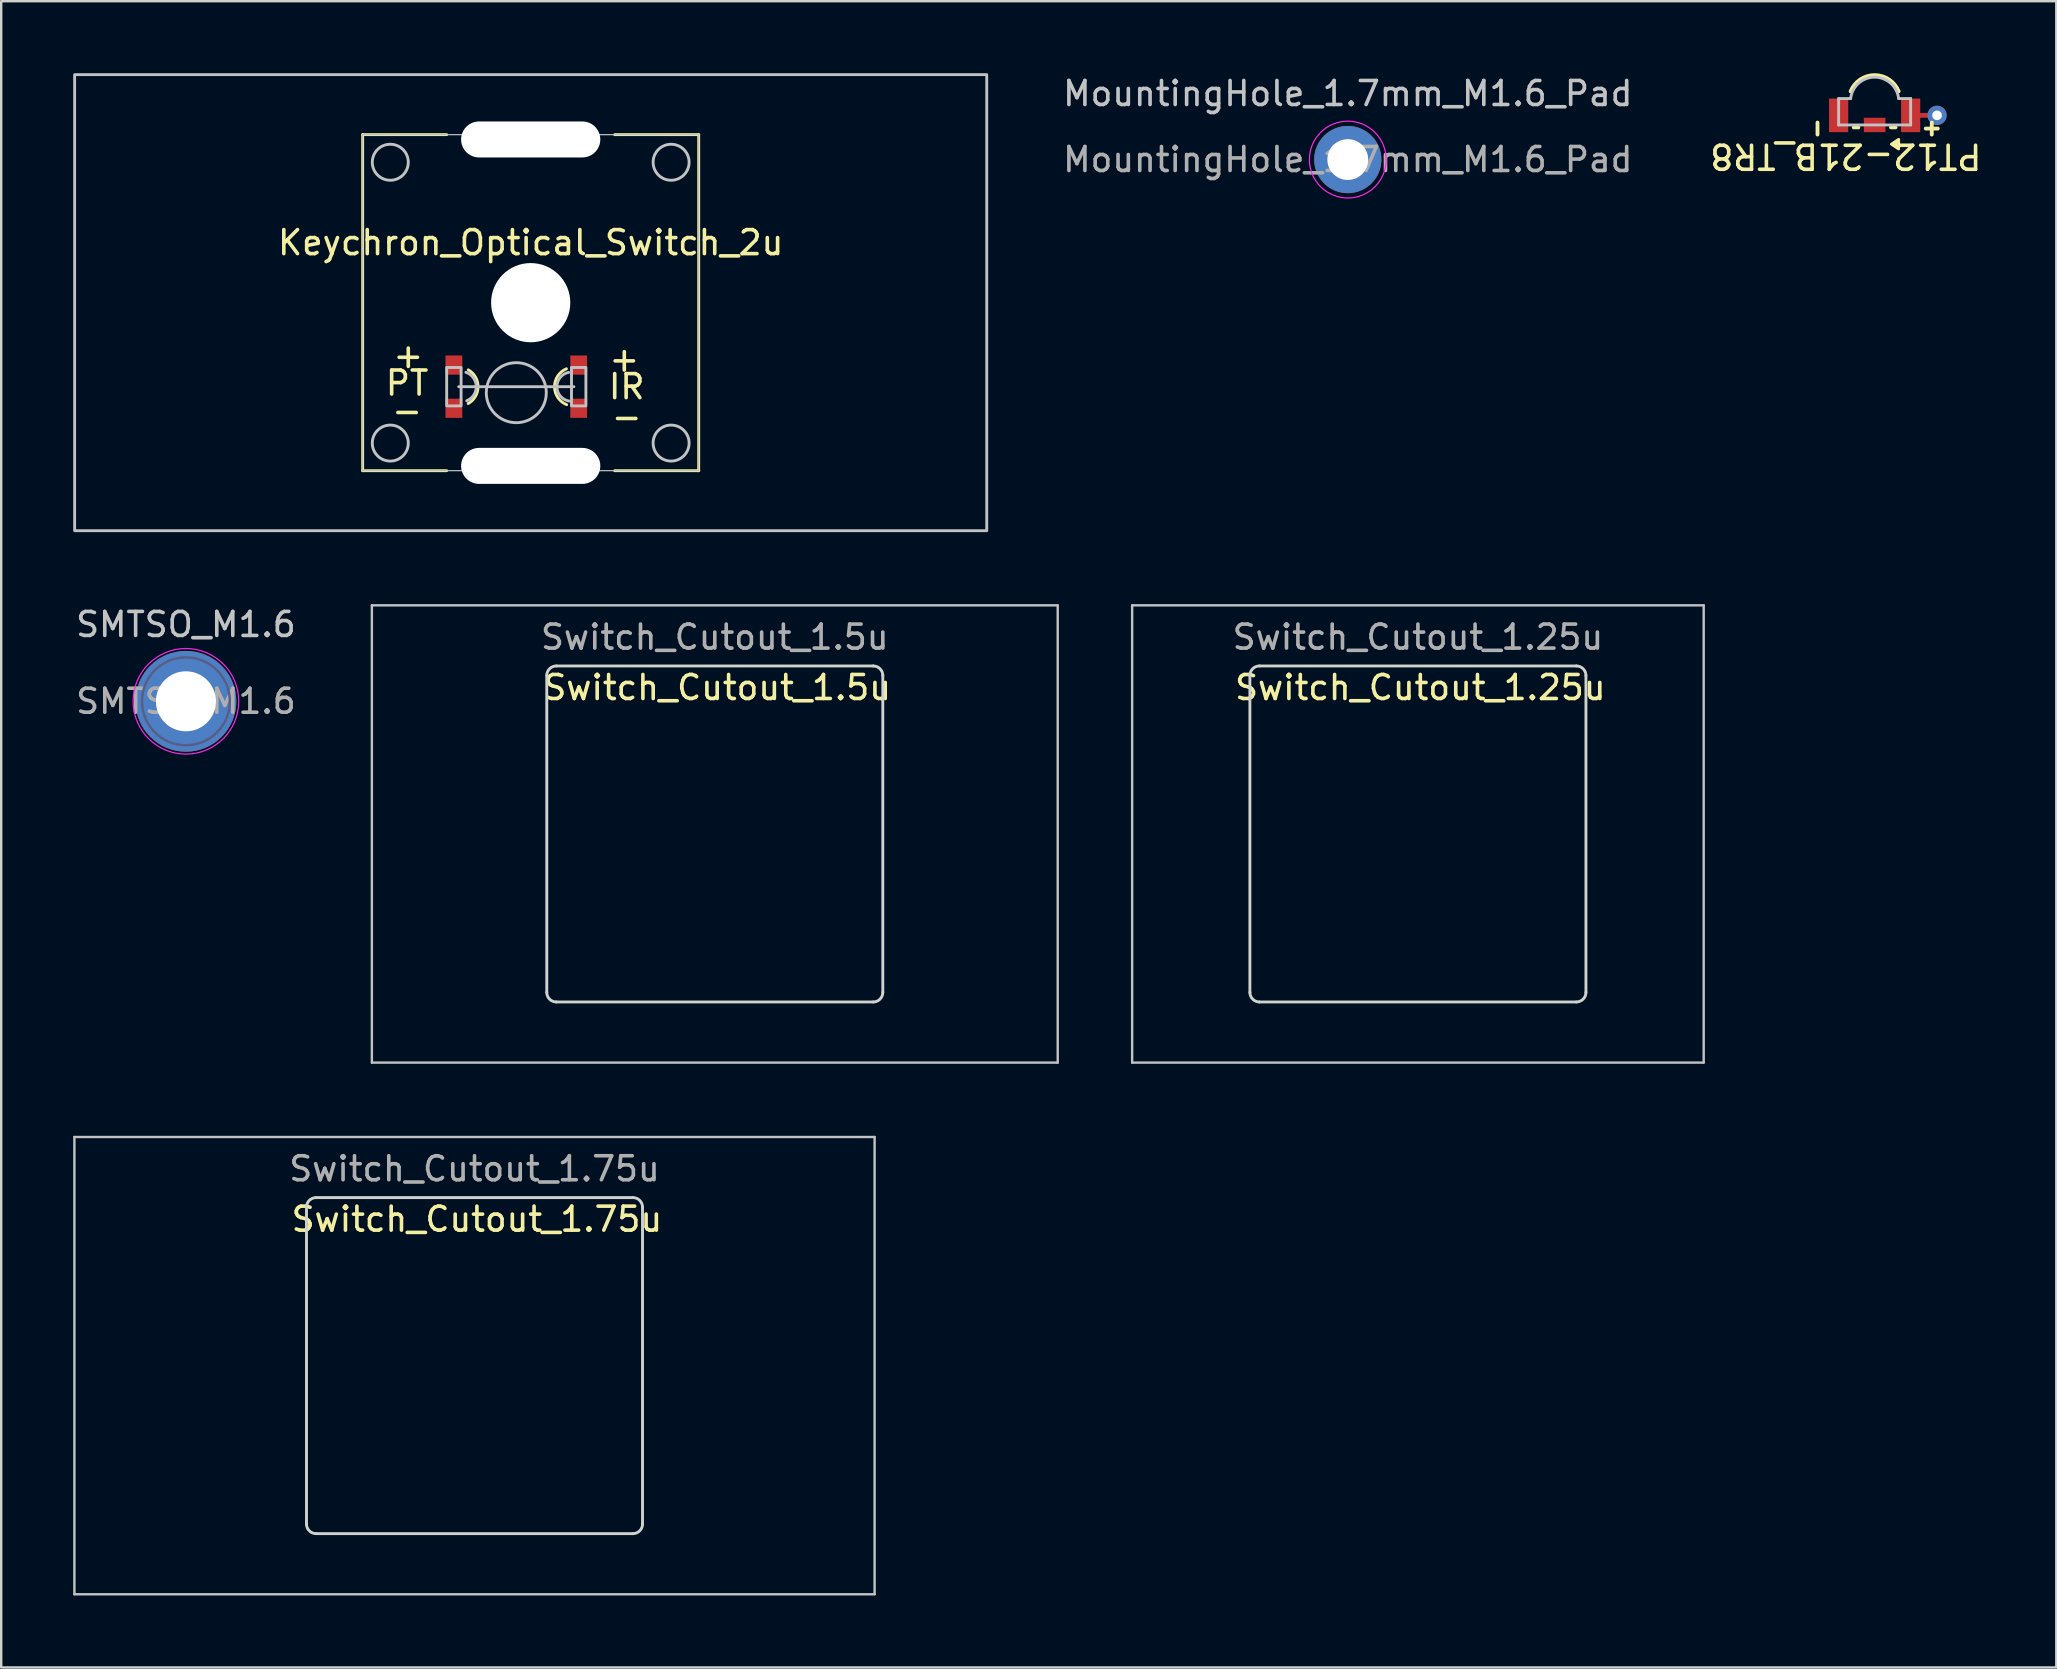
<source format=kicad_pcb>
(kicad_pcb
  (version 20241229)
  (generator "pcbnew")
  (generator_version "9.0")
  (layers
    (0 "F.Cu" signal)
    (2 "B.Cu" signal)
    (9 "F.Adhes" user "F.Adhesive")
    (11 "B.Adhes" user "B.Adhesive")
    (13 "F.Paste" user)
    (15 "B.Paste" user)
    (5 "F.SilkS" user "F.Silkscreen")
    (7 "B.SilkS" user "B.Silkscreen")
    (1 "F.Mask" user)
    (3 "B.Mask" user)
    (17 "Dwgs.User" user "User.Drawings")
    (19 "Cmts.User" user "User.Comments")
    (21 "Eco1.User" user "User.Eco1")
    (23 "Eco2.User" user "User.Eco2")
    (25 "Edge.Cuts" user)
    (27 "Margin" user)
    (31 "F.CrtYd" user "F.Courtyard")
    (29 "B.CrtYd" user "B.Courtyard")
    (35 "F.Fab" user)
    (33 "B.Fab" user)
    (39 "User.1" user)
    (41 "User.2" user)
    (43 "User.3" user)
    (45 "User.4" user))
  (footprint "Switch_Cutout_1.75u"
    (layer "F.Cu")
    (at 16.719 53.845)
    (property "Reference" "Switch_Cutout_1.75u" (at 0.1 -6.1 0) (layer "F.SilkS") (effects (font (size 1 1) (thickness 0.15))))
    (attr through_hole)
    (fp_line (start -16.669 -9.525) (end -16.669 9.525) (stroke (width 0.1) (type solid)) (layer "Dwgs.User"))
    (fp_line (start -16.669 9.525) (end 16.669 9.525) (stroke (width 0.1) (type solid)) (layer "Dwgs.User"))
    (fp_line (start 16.669 -9.525) (end -16.669 -9.525) (stroke (width 0.1) (type solid)) (layer "Dwgs.User"))
    (fp_line (start 16.669 9.525) (end 16.669 -9.525) (stroke (width 0.1) (type solid)) (layer "Dwgs.User"))
    (fp_line (start -7 -6.6) (end -7 6.6) (stroke (width 0.12) (type solid)) (layer "Edge.Cuts"))
    (fp_line (start -6.6 -7) (end 6.6 -7) (stroke (width 0.12) (type solid)) (layer "Edge.Cuts"))
    (fp_line (start -6.6 7) (end 6.6 7) (stroke (width 0.12) (type solid)) (layer "Edge.Cuts"))
    (fp_line (start 7 6.6) (end 7 -6.6) (stroke (width 0.12) (type solid)) (layer "Edge.Cuts"))
    (fp_arc (start -7 -6.6) (mid -6.882843 -6.882843) (end -6.6 -7) (stroke (width 0.12) (type solid)) (layer "Edge.Cuts"))
    (fp_arc (start -6.6 7) (mid -6.882843 6.882843) (end -7 6.6) (stroke (width 0.12) (type solid)) (layer "Edge.Cuts"))
    (fp_arc (start 6.6 -7) (mid 6.882843 -6.882843) (end 7 -6.6) (stroke (width 0.12) (type solid)) (layer "Edge.Cuts"))
    (fp_arc (start 7 6.6) (mid 6.882843 6.882843) (end 6.6 7) (stroke (width 0.12) (type solid)) (layer "Edge.Cuts"))
    (fp_text user "${REFERENCE}" (at 0 -8.2 0) (layer "F.Fab") (effects (font (size 1 1) (thickness 0.15)))))
  (footprint "SMTSO_M1.6"
    (layer "F.Cu")
    (at 4.696 26.168)
    (property "Reference" "SMTSO_M1.6" (at 0 -3.2 0) (layer "Dwgs.User") (effects (font (size 1 1) (thickness 0.15))))
    (attr exclude_from_pos_files exclude_from_bom)
    (fp_circle (center 0 0) (end 2.2 0) (stroke (width 0.05) (type solid)) (fill no) (layer "F.CrtYd"))
    (fp_circle (center 0 0) (end 1.83 0) (stroke (width 0.1) (type solid)) (fill no) (layer "B.Fab"))
    (fp_text user "${REFERENCE}" (at 0 0 0) (layer "F.Fab") (effects (font (size 1 1) (thickness 0.15))))
    (pad "" thru_hole circle (at 0 0) (size 4.2 4.2) (drill 2.5) (layers "*.Cu" "*.Mask")))
  (footprint "MountingHole_1.7mm_M1.6_Pad"
    (layer "F.Cu")
    (at 53.102 3.598)
    (property "Reference" "MountingHole_1.7mm_M1.6_Pad" (at 0 -2.75 0) (layer "Dwgs.User") (effects (font (size 1 1) (thickness 0.15))))
    (attr exclude_from_pos_files exclude_from_bom)
    (fp_circle (center 0 0) (end 1.6 0) (stroke (width 0.05) (type solid)) (fill no) (layer "F.CrtYd"))
    (fp_text user "${REFERENCE}" (at 0 0 0) (layer "F.Fab") (effects (font (size 1 1) (thickness 0.15))))
    (pad "" thru_hole circle (at 0 0) (size 2.8 2.8) (drill 1.7) (layers "*.Cu" "*.Mask")))
  (footprint "Keychron_Optical_Switch_2u"
    (layer "F.Cu")
    (at 19.06 9.56)
    (property "Reference" "Keychron_Optical_Switch_2u" (at 0 -2.5 0) (unlocked yes) (layer "F.SilkS") (effects (font (size 1 1) (thickness 0.15))))
    (fp_line (start -7 -7) (end -7 7) (stroke (width 0.12) (type solid)) (layer "F.SilkS"))
    (fp_line (start -7 -7) (end -3.5 -7) (stroke (width 0.12) (type solid)) (layer "F.SilkS"))
    (fp_line (start -7 7) (end -3.5 7) (stroke (width 0.12) (type solid)) (layer "F.SilkS"))
    (fp_line (start 7 -7) (end 3.5 -7) (stroke (width 0.12) (type solid)) (layer "F.SilkS"))
    (fp_line (start 7 7) (end 3.5 7) (stroke (width 0.12) (type solid)) (layer "F.SilkS"))
    (fp_line (start 7 7) (end 7 -7) (stroke (width 0.12) (type solid)) (layer "F.SilkS"))
    (fp_arc (start -2.6 2.800001) (mid -2.19378 3.502724) (end -2.604739 4.202686) (stroke (width 0.12) (type solid)) (layer "F.SilkS"))
    (fp_arc (start 1.5 4.249999) (mid 0.992247 3.505769) (end 1.489318 2.754362) (stroke (width 0.12) (type solid)) (layer "F.SilkS"))
    (fp_line (start -7 -7) (end 7 -7) (stroke (width 0.05) (type solid)) (layer "Dwgs.User"))
    (fp_line (start -7 7) (end -7 -7) (stroke (width 0.05) (type solid)) (layer "Dwgs.User"))
    (fp_line (start 1.8 3.5) (end -3 3.5) (stroke (width 0.12) (type solid)) (layer "Dwgs.User"))
    (fp_line (start 7 -7) (end 7 7) (stroke (width 0.05) (type solid)) (layer "Dwgs.User"))
    (fp_line (start 7 7) (end -7 7) (stroke (width 0.05) (type solid)) (layer "Dwgs.User"))
    (fp_rect (start -19 9.5) (end 19 -9.5) (stroke (width 0.12) (type solid)) (fill no) (layer "Dwgs.User"))
    (fp_rect (start -2.9 2.7) (end -3.5 4.3) (stroke (width 0.12) (type solid)) (fill no) (layer "Dwgs.User"))
    (fp_rect (start 2.3 2.7) (end 1.7 4.3) (stroke (width 0.12) (type solid)) (fill no) (layer "Dwgs.User"))
    (fp_arc (start -2.7 2.900001) (mid -2.267818 3.481423) (end -2.665112 4.08722) (stroke (width 0.12) (type solid)) (layer "Dwgs.User"))
    (fp_arc (start 1.6 4.1) (mid 1.091803 3.509807) (end 1.580707 2.903536) (stroke (width 0.12) (type solid)) (layer "Dwgs.User"))
    (fp_circle (center -5.85 -5.85) (end -5.1 -5.85) (stroke (width 0.12) (type solid)) (fill no) (layer "Dwgs.User"))
    (fp_circle (center -5.85 5.85) (end -5.1 5.85) (stroke (width 0.12) (type solid)) (fill no) (layer "Dwgs.User"))
    (fp_circle (center -0.6 3.75) (end 0.65 3.75) (stroke (width 0.12) (type solid)) (fill no) (layer "Dwgs.User"))
    (fp_circle (center 5.85 -5.85) (end 6.6 -5.85) (stroke (width 0.12) (type solid)) (fill no) (layer "Dwgs.User"))
    (fp_circle (center 5.85 5.85) (end 6.6 5.85) (stroke (width 0.12) (type solid)) (fill no) (layer "Dwgs.User"))
    (fp_rect (start -0.8 -5.55) (end 0.8 -4.05) (stroke (width 0.12) (type solid)) (fill no) (layer "User.2"))
    (fp_circle (center 0 -4.8) (end 0.75 -4.8) (stroke (width 0.12) (type solid)) (fill no) (layer "User.2"))
    (fp_text user "-" (at -5.15 4.5 0) (unlocked yes) (layer "F.SilkS") (effects (font (size 1 1) (thickness 0.15))))
    (fp_text user "+" (at 3.9 2.35 0) (unlocked yes) (layer "F.SilkS") (effects (font (size 1 1) (thickness 0.15))))
    (fp_text user "-" (at 4 4.75 0) (unlocked yes) (layer "F.SilkS") (effects (font (size 1 1) (thickness 0.15))))
    (fp_text user "IR" (at 4 3.5 0) (unlocked yes) (layer "F.SilkS") (effects (font (size 1 1) (thickness 0.15))))
    (fp_text user "+" (at -5.1 2.2 0) (unlocked yes) (layer "F.SilkS") (effects (font (size 1 1) (thickness 0.15))))
    (fp_text user "PT" (at -5.15 3.35 0) (unlocked yes) (layer "F.SilkS") (effects (font (size 1 1) (thickness 0.15))))
    (pad "" np_thru_hole oval (at 0 -6.8) (size 5.8 1.5) (drill oval 5.8 1.5) (layers "*.Cu" "*.Mask"))
    (pad "" np_thru_hole circle (at 0 0) (size 3.3 3.3) (drill 3.3) (layers "*.Cu" "*.Mask"))
    (pad "" np_thru_hole oval (at 0 6.8) (size 5.8 1.5) (drill oval 5.8 1.5) (layers "*.Cu" "*.Mask"))
    (pad "1" smd rect (at 2 2.6) (size 0.7 0.8) (layers "F.Cu" "F.Mask" "F.Paste"))
    (pad "2" smd rect (at 2 4.4) (size 0.7 0.8) (layers "F.Cu" "F.Mask" "F.Paste"))
    (pad "3" smd rect (at -3.2 4.4) (size 0.7 0.8) (layers "F.Cu" "F.Mask" "F.Paste"))
    (pad "4" smd rect (at -3.2 2.6) (size 0.7 0.8) (layers "F.Cu" "F.Mask" "F.Paste")))
  (footprint "Switch_Cutout_1.5u"
    (layer "F.Cu")
    (at 26.73 31.695)
    (property "Reference" "Switch_Cutout_1.5u" (at 0.1 -6.1 0) (layer "F.SilkS") (effects (font (size 1 1) (thickness 0.15))))
    (attr through_hole)
    (fp_line (start -14.287 -9.525) (end -14.287 9.525) (stroke (width 0.1) (type solid)) (layer "Dwgs.User"))
    (fp_line (start -14.287 9.525) (end 14.287 9.525) (stroke (width 0.1) (type solid)) (layer "Dwgs.User"))
    (fp_line (start 14.287 -9.525) (end -14.287 -9.525) (stroke (width 0.1) (type solid)) (layer "Dwgs.User"))
    (fp_line (start 14.287 9.525) (end 14.287 -9.525) (stroke (width 0.1) (type solid)) (layer "Dwgs.User"))
    (fp_line (start -7 -6.6) (end -7 6.6) (stroke (width 0.12) (type solid)) (layer "Edge.Cuts"))
    (fp_line (start -6.6 -7) (end 6.6 -7) (stroke (width 0.12) (type solid)) (layer "Edge.Cuts"))
    (fp_line (start -6.6 7) (end 6.6 7) (stroke (width 0.12) (type solid)) (layer "Edge.Cuts"))
    (fp_line (start 7 6.6) (end 7 -6.6) (stroke (width 0.12) (type solid)) (layer "Edge.Cuts"))
    (fp_arc (start -7 -6.6) (mid -6.882843 -6.882843) (end -6.6 -7) (stroke (width 0.12) (type solid)) (layer "Edge.Cuts"))
    (fp_arc (start -6.6 7) (mid -6.882843 6.882843) (end -7 6.6) (stroke (width 0.12) (type solid)) (layer "Edge.Cuts"))
    (fp_arc (start 6.6 -7) (mid 6.882843 -6.882843) (end 7 -6.6) (stroke (width 0.12) (type solid)) (layer "Edge.Cuts"))
    (fp_arc (start 7 6.6) (mid 6.882843 6.882843) (end 6.6 7) (stroke (width 0.12) (type solid)) (layer "Edge.Cuts"))
    (fp_text user "${REFERENCE}" (at 0 -8.2 0) (layer "F.Fab") (effects (font (size 1 1) (thickness 0.15)))))
  (footprint "Switch_Cutout_1.25u"
    (layer "F.Cu")
    (at 56.024 31.695)
    (property "Reference" "Switch_Cutout_1.25u" (at 0.1 -6.1 0) (layer "F.SilkS") (effects (font (size 1 1) (thickness 0.15))))
    (attr through_hole)
    (fp_line (start -11.906 -9.525) (end -11.906 9.525) (stroke (width 0.1) (type solid)) (layer "Dwgs.User"))
    (fp_line (start -11.906 9.525) (end 11.906 9.525) (stroke (width 0.1) (type solid)) (layer "Dwgs.User"))
    (fp_line (start 11.906 -9.525) (end -11.906 -9.525) (stroke (width 0.1) (type solid)) (layer "Dwgs.User"))
    (fp_line (start 11.906 9.525) (end 11.906 -9.525) (stroke (width 0.1) (type solid)) (layer "Dwgs.User"))
    (fp_line (start -7 -6.6) (end -7 6.6) (stroke (width 0.12) (type solid)) (layer "Edge.Cuts"))
    (fp_line (start -6.6 -7) (end 6.6 -7) (stroke (width 0.12) (type solid)) (layer "Edge.Cuts"))
    (fp_line (start -6.6 7) (end 6.6 7) (stroke (width 0.12) (type solid)) (layer "Edge.Cuts"))
    (fp_line (start 7 6.6) (end 7 -6.6) (stroke (width 0.12) (type solid)) (layer "Edge.Cuts"))
    (fp_arc (start -7 -6.6) (mid -6.882843 -6.882843) (end -6.6 -7) (stroke (width 0.12) (type solid)) (layer "Edge.Cuts"))
    (fp_arc (start -6.6 7) (mid -6.882843 6.882843) (end -7 6.6) (stroke (width 0.12) (type solid)) (layer "Edge.Cuts"))
    (fp_arc (start 6.6 -7) (mid 6.882843 -6.882843) (end 7 -6.6) (stroke (width 0.12) (type solid)) (layer "Edge.Cuts"))
    (fp_arc (start 7 6.6) (mid 6.882843 6.882843) (end 6.6 7) (stroke (width 0.12) (type solid)) (layer "Edge.Cuts"))
    (fp_text user "${REFERENCE}" (at 0 -8.2 0) (layer "F.Fab") (effects (font (size 1 1) (thickness 0.15)))))
  (footprint "PT12-21B_TR8"
    (layer "F.Cu")
    (at 75.052 1.056)
    (property "Reference" "PT12-21B_TR8" (at -1.2 2.4 180) (unlocked yes) (layer "F.SilkS") (effects (font (size 1 1) (thickness 0.15))))
    (attr smd)
    (fp_line (start -2.38 1) (end -2.38 1.5) (stroke (width 0.16) (type solid)) (layer "F.SilkS"))
    (fp_line (start -0.87 1.2) (end -0.68 1.2) (stroke (width 0.16) (type solid)) (layer "F.SilkS"))
    (fp_line (start 0.68 1.2) (end 0.87 1.2) (stroke (width 0.16) (type solid)) (layer "F.SilkS"))
    (fp_line (start 2.13 1.25) (end 2.63 1.25) (stroke (width 0.16) (type solid)) (layer "F.SilkS"))
    (fp_line (start 2.38 1) (end 2.38 1.5) (stroke (width 0.16) (type solid)) (layer "F.SilkS"))
    (fp_arc (start -1 -0.3) (mid 0 -0.976056) (end 1 -0.3) (stroke (width 0.16) (type solid)) (layer "F.SilkS"))
    (fp_poly (pts (xy 1 2.1) (xy 0.7 1.9) (xy 1 1.7)) (stroke (width 0.12) (type solid)) (fill yes) (layer "F.SilkS"))
    (fp_line (start -1.5 0) (end -1 0) (stroke (width 0.12) (type solid)) (layer "Dwgs.User"))
    (fp_line (start -1.5 1.1) (end -1.5 0) (stroke (width 0.12) (type solid)) (layer "Dwgs.User"))
    (fp_line (start -1.5 1.1) (end 1.5 1.1) (stroke (width 0.12) (type solid)) (layer "Dwgs.User"))
    (fp_line (start 1 0) (end 1.5 0) (stroke (width 0.12) (type solid)) (layer "Dwgs.User"))
    (fp_line (start 1.5 1.1) (end 1.5 0) (stroke (width 0.12) (type solid)) (layer "Dwgs.User"))
    (fp_arc (start -1 0) (mid 0 -0.891167) (end 1 0) (stroke (width 0.12) (type solid)) (layer "Dwgs.User"))
    (pad "" smd rect (at 0 1.1) (size 0.9 0.6) (layers "F.Cu" "F.Mask" "F.Paste"))
    (pad "1" smd rect (at -1.5 0.7) (size 0.8 1.4) (layers "F.Cu" "F.Mask" "F.Paste"))
    (pad "2" smd rect (at 1.5 0.7) (size 0.8 1.4) (layers "F.Cu" "F.Mask" "F.Paste"))
    (pad "2" smd roundrect (at 2.1 0.7) (size 1.5 0.2) (layers "F.Cu") (roundrect_rratio 0.25))
    (pad "2" thru_hole circle (at 2.6 0.7) (size 0.8 0.8) (drill 0.4) (layers "*.Cu")))
  (gr_rect
    (start -3 -3)
    (end 82.62 66.42)
    (stroke (width 0.1) (type default))
    (fill no)
    (layer "Edge.Cuts")))
</source>
